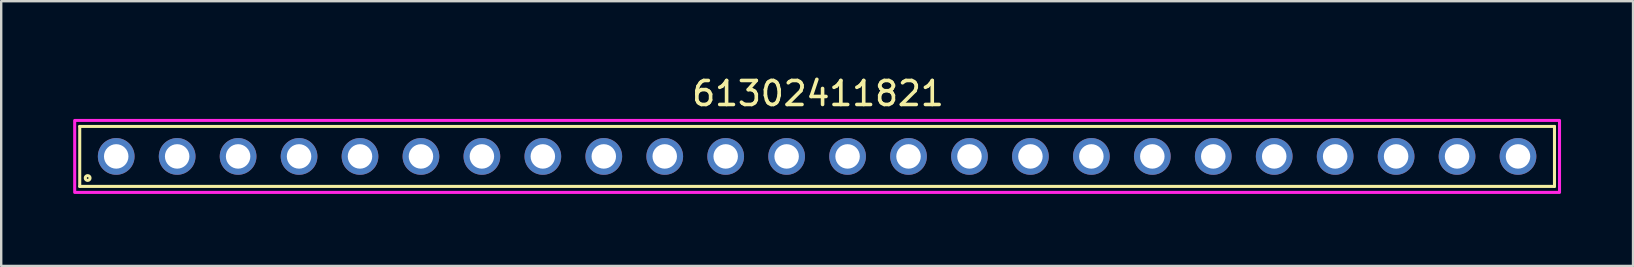
<source format=kicad_pcb>
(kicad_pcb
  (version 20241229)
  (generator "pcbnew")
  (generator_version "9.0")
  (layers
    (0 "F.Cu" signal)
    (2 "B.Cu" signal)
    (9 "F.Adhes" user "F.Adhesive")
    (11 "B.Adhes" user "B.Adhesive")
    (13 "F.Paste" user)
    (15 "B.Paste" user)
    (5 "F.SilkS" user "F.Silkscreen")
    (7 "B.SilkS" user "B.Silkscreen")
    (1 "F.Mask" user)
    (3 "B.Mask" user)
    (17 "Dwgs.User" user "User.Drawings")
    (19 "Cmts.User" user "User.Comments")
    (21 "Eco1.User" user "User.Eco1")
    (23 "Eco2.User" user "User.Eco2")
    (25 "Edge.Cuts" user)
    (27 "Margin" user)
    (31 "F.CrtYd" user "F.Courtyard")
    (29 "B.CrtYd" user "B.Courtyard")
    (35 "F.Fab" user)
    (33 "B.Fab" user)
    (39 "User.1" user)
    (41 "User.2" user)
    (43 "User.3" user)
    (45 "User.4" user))
  (footprint "61302411821"
    (layer "F.Cu")
    (at 31.003 3.469)
    (property "Reference" "61302411821" (at 0.037 -2.62 0) (layer "F.SilkS") (effects (font (size 1 1) (thickness 0.15))))
    (attr through_hole)
    (fp_line (start -30.73 -1.25) (end -30.73 1.25) (stroke (width 0.127) (type solid)) (layer "F.SilkS"))
    (fp_line (start -30.73 1.25) (end 30.73 1.25) (stroke (width 0.127) (type solid)) (layer "F.SilkS"))
    (fp_line (start 30.73 -1.25) (end -30.73 -1.25) (stroke (width 0.127) (type solid)) (layer "F.SilkS"))
    (fp_line (start 30.73 1.25) (end 30.73 -1.25) (stroke (width 0.127) (type solid)) (layer "F.SilkS"))
    (fp_circle (center -30.4 0.9) (end -30.3 0.9) (stroke (width 0.127) (type solid)) (fill no) (layer "F.SilkS"))
    (fp_poly (pts (xy -30.94 -1.5) (xy 30.94 -1.5) (xy 30.94 1.5) (xy -30.94 1.5)) (stroke (width 0.127) (type solid)) (fill no) (layer "F.CrtYd"))
    (pad "1" thru_hole circle (at -29.21 0) (size 1.53 1.53) (drill 1.02) (layers "*.Cu" "*.Mask"))
    (pad "2" thru_hole circle (at -26.67 0) (size 1.53 1.53) (drill 1.02) (layers "*.Cu" "*.Mask"))
    (pad "3" thru_hole circle (at -24.13 0) (size 1.53 1.53) (drill 1.02) (layers "*.Cu" "*.Mask"))
    (pad "4" thru_hole circle (at -21.59 0) (size 1.53 1.53) (drill 1.02) (layers "*.Cu" "*.Mask"))
    (pad "5" thru_hole circle (at -19.05 0) (size 1.53 1.53) (drill 1.02) (layers "*.Cu" "*.Mask"))
    (pad "6" thru_hole circle (at -16.51 0) (size 1.53 1.53) (drill 1.02) (layers "*.Cu" "*.Mask"))
    (pad "7" thru_hole circle (at -13.97 0) (size 1.53 1.53) (drill 1.02) (layers "*.Cu" "*.Mask"))
    (pad "8" thru_hole circle (at -11.43 0) (size 1.53 1.53) (drill 1.02) (layers "*.Cu" "*.Mask"))
    (pad "9" thru_hole circle (at -8.89 0) (size 1.53 1.53) (drill 1.02) (layers "*.Cu" "*.Mask"))
    (pad "10" thru_hole circle (at -6.35 0) (size 1.53 1.53) (drill 1.02) (layers "*.Cu" "*.Mask"))
    (pad "11" thru_hole circle (at -3.81 0) (size 1.53 1.53) (drill 1.02) (layers "*.Cu" "*.Mask"))
    (pad "12" thru_hole circle (at -1.27 0) (size 1.53 1.53) (drill 1.02) (layers "*.Cu" "*.Mask"))
    (pad "13" thru_hole circle (at 1.27 0) (size 1.53 1.53) (drill 1.02) (layers "*.Cu" "*.Mask"))
    (pad "14" thru_hole circle (at 3.81 0) (size 1.53 1.53) (drill 1.02) (layers "*.Cu" "*.Mask"))
    (pad "15" thru_hole circle (at 6.35 0) (size 1.53 1.53) (drill 1.02) (layers "*.Cu" "*.Mask"))
    (pad "16" thru_hole circle (at 8.89 0) (size 1.53 1.53) (drill 1.02) (layers "*.Cu" "*.Mask"))
    (pad "17" thru_hole circle (at 11.43 0) (size 1.53 1.53) (drill 1.02) (layers "*.Cu" "*.Mask"))
    (pad "18" thru_hole circle (at 13.97 0) (size 1.53 1.53) (drill 1.02) (layers "*.Cu" "*.Mask"))
    (pad "19" thru_hole circle (at 16.51 0) (size 1.53 1.53) (drill 1.02) (layers "*.Cu" "*.Mask"))
    (pad "20" thru_hole circle (at 19.05 0) (size 1.53 1.53) (drill 1.02) (layers "*.Cu" "*.Mask"))
    (pad "21" thru_hole circle (at 21.59 0) (size 1.53 1.53) (drill 1.02) (layers "*.Cu" "*.Mask"))
    (pad "22" thru_hole circle (at 24.13 0) (size 1.53 1.53) (drill 1.02) (layers "*.Cu" "*.Mask"))
    (pad "23" thru_hole circle (at 26.67 0) (size 1.53 1.53) (drill 1.02) (layers "*.Cu" "*.Mask"))
    (pad "24" thru_hole circle (at 29.21 0) (size 1.53 1.53) (drill 1.02) (layers "*.Cu" "*.Mask")))
  (gr_rect
    (start -3 -3)
    (end 65.007 8.032)
    (stroke (width 0.1) (type default))
    (fill no)
    (layer "Edge.Cuts")))
</source>
